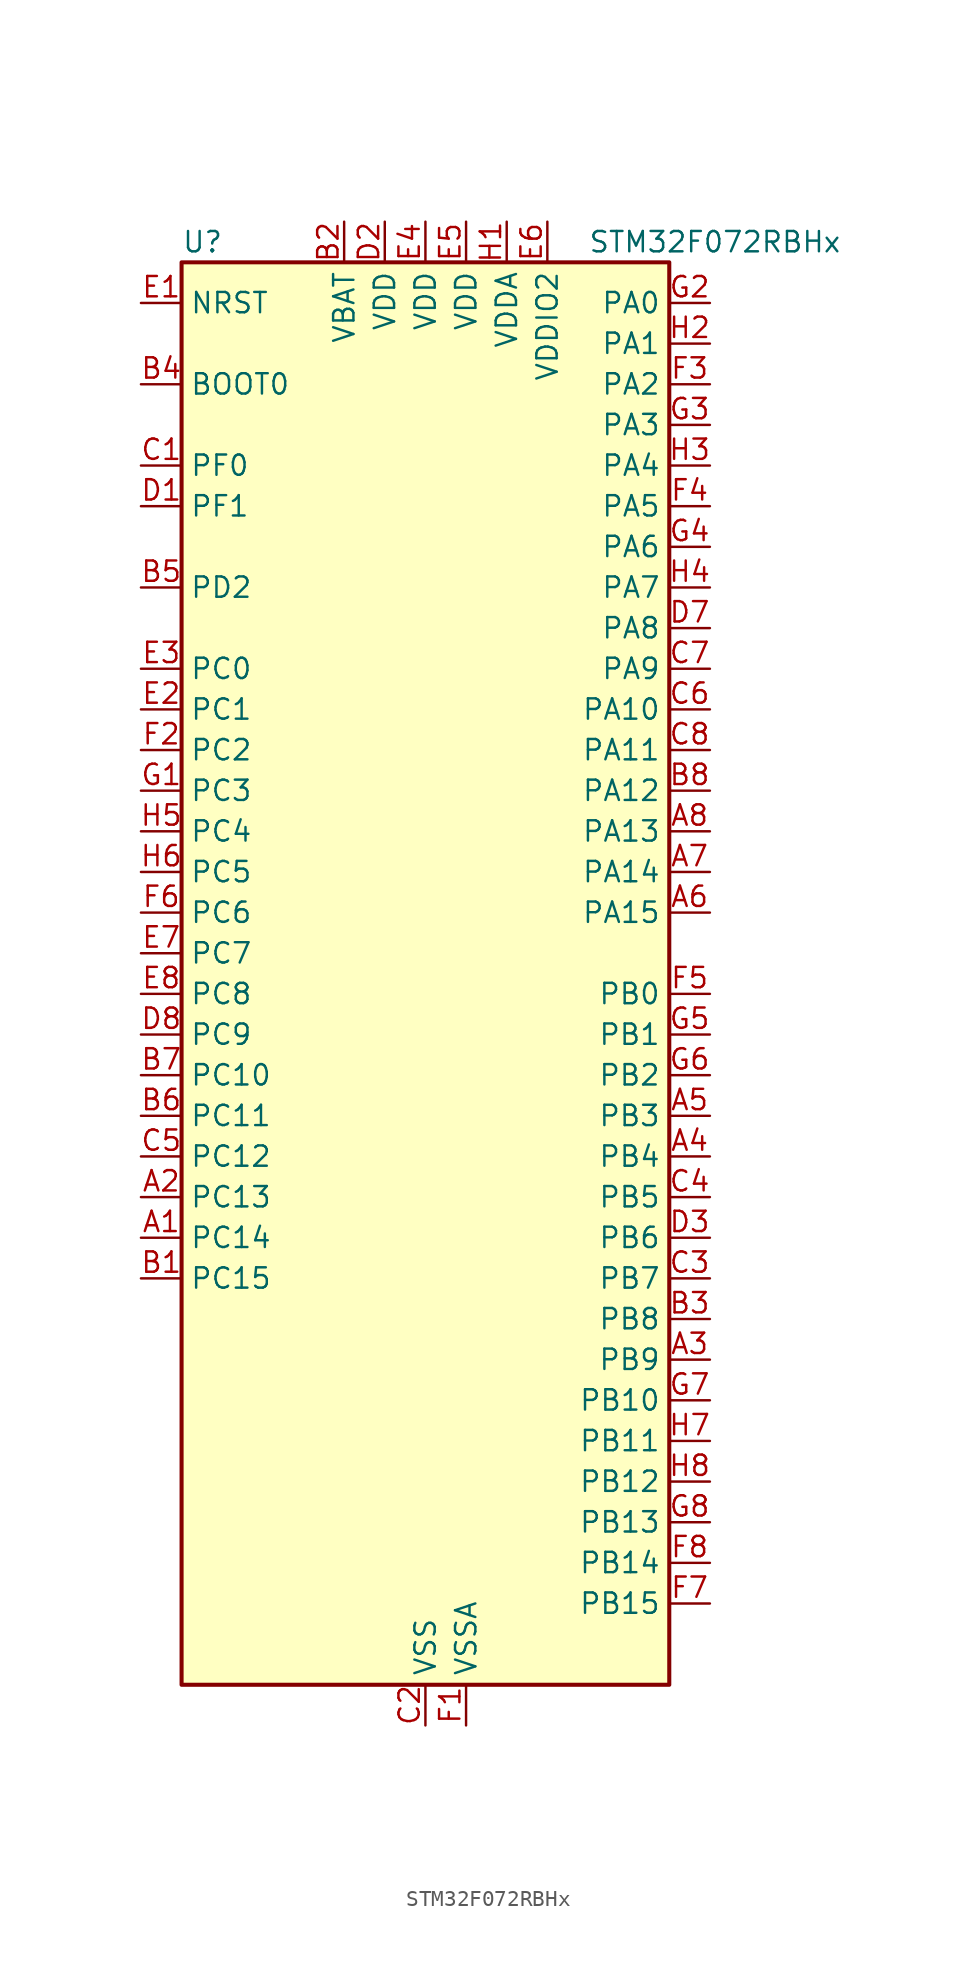
<source format=kicad_sym>
(kicad_symbol_lib
  (version 20220914)
  (generator kicad_symbol_editor)
  (symbol "STM32F072RBHx"
    (property "Reference" "U"
      (at -15.24 46.99 0)
      (effects (font (size 1.27 1.27)) (justify left)))
    (property "Value" "STM32F072RBHx"
      (at 10.16 46.99 0)
      (effects (font (size 1.27 1.27)) (justify left)))
    (property "ki_locked" ""
      (at 0 0 0)
      (effects (font (size 1.27 1.27))))
    (symbol "STM32F072RBHx_0_1"
      (rectangle (start -15.24 -43.18) (end 15.24 45.72) (stroke (width 0.254) (type default)) (fill (type background))))
    (symbol "STM32F072RBHx_1_1"
      (pin bidirectional line (at -17.78 -15.24 0) (length 2.54) (name "PC14" (effects (font (size 1.27 1.27)))) (number "A1" (effects (font (size 1.27 1.27)))) (alternate "RCC_OSC32_IN" bidirectional line))
      (pin bidirectional line (at -17.78 -12.7 0) (length 2.54) (name "PC13" (effects (font (size 1.27 1.27)))) (number "A2" (effects (font (size 1.27 1.27)))) (alternate "RTC_OUT_ALARM" bidirectional line) (alternate "RTC_OUT_CALIB" bidirectional line) (alternate "RTC_TAMP1" bidirectional line) (alternate "RTC_TS" bidirectional line) (alternate "SYS_WKUP2" bidirectional line))
      (pin bidirectional line (at 17.78 -22.86 180) (length 2.54) (name "PB9" (effects (font (size 1.27 1.27)))) (number "A3" (effects (font (size 1.27 1.27)))) (alternate "CAN_TX" bidirectional line) (alternate "DAC_EXTI9" bidirectional line) (alternate "I2C1_SDA" bidirectional line) (alternate "I2S2_WS" bidirectional line) (alternate "IR_OUT" bidirectional line) (alternate "SPI2_NSS" bidirectional line) (alternate "TIM17_CH1" bidirectional line))
      (pin bidirectional line (at 17.78 -10.16 180) (length 2.54) (name "PB4" (effects (font (size 1.27 1.27)))) (number "A4" (effects (font (size 1.27 1.27)))) (alternate "I2S1_MCK" bidirectional line) (alternate "SPI1_MISO" bidirectional line) (alternate "TIM17_BKIN" bidirectional line) (alternate "TIM3_CH1" bidirectional line) (alternate "TSC_G5_IO2" bidirectional line))
      (pin bidirectional line (at 17.78 -7.62 180) (length 2.54) (name "PB3" (effects (font (size 1.27 1.27)))) (number "A5" (effects (font (size 1.27 1.27)))) (alternate "I2S1_CK" bidirectional line) (alternate "SPI1_SCK" bidirectional line) (alternate "TIM2_CH2" bidirectional line) (alternate "TSC_G5_IO1" bidirectional line))
      (pin bidirectional line (at 17.78 5.08 180) (length 2.54) (name "PA15" (effects (font (size 1.27 1.27)))) (number "A6" (effects (font (size 1.27 1.27)))) (alternate "I2S1_WS" bidirectional line) (alternate "SPI1_NSS" bidirectional line) (alternate "TIM2_CH1" bidirectional line) (alternate "TIM2_ETR" bidirectional line) (alternate "USART2_RX" bidirectional line) (alternate "USART4_DE" bidirectional line) (alternate "USART4_RTS" bidirectional line))
      (pin bidirectional line (at 17.78 7.62 180) (length 2.54) (name "PA14" (effects (font (size 1.27 1.27)))) (number "A7" (effects (font (size 1.27 1.27)))) (alternate "SYS_SWCLK" bidirectional line) (alternate "USART2_TX" bidirectional line))
      (pin bidirectional line (at 17.78 10.16 180) (length 2.54) (name "PA13" (effects (font (size 1.27 1.27)))) (number "A8" (effects (font (size 1.27 1.27)))) (alternate "IR_OUT" bidirectional line) (alternate "SYS_SWDIO" bidirectional line) (alternate "USB_NOE" bidirectional line))
      (pin bidirectional line (at -17.78 -17.78 0) (length 2.54) (name "PC15" (effects (font (size 1.27 1.27)))) (number "B1" (effects (font (size 1.27 1.27)))) (alternate "RCC_OSC32_OUT" bidirectional line))
      (pin power_in line (at -5.08 48.26 270) (length 2.54) (name "VBAT" (effects (font (size 1.27 1.27)))) (number "B2" (effects (font (size 1.27 1.27)))))
      (pin bidirectional line (at 17.78 -20.32 180) (length 2.54) (name "PB8" (effects (font (size 1.27 1.27)))) (number "B3" (effects (font (size 1.27 1.27)))) (alternate "CAN_RX" bidirectional line) (alternate "CEC" bidirectional line) (alternate "I2C1_SCL" bidirectional line) (alternate "TIM16_CH1" bidirectional line) (alternate "TSC_SYNC" bidirectional line))
      (pin input line (at -17.78 38.1 0) (length 2.54) (name "BOOT0" (effects (font (size 1.27 1.27)))) (number "B4" (effects (font (size 1.27 1.27)))))
      (pin bidirectional line (at -17.78 25.4 0) (length 2.54) (name "PD2" (effects (font (size 1.27 1.27)))) (number "B5" (effects (font (size 1.27 1.27)))) (alternate "TIM3_ETR" bidirectional line) (alternate "USART3_DE" bidirectional line) (alternate "USART3_RTS" bidirectional line))
      (pin bidirectional line (at -17.78 -7.62 0) (length 2.54) (name "PC11" (effects (font (size 1.27 1.27)))) (number "B6" (effects (font (size 1.27 1.27)))) (alternate "USART3_RX" bidirectional line) (alternate "USART4_RX" bidirectional line))
      (pin bidirectional line (at -17.78 -5.08 0) (length 2.54) (name "PC10" (effects (font (size 1.27 1.27)))) (number "B7" (effects (font (size 1.27 1.27)))) (alternate "USART3_TX" bidirectional line) (alternate "USART4_TX" bidirectional line))
      (pin bidirectional line (at 17.78 12.7 180) (length 2.54) (name "PA12" (effects (font (size 1.27 1.27)))) (number "B8" (effects (font (size 1.27 1.27)))) (alternate "CAN_TX" bidirectional line) (alternate "COMP2_OUT" bidirectional line) (alternate "TIM1_ETR" bidirectional line) (alternate "TSC_G4_IO4" bidirectional line) (alternate "USART1_DE" bidirectional line) (alternate "USART1_RTS" bidirectional line) (alternate "USB_DP" bidirectional line))
      (pin bidirectional line (at -17.78 33.02 0) (length 2.54) (name "PF0" (effects (font (size 1.27 1.27)))) (number "C1" (effects (font (size 1.27 1.27)))) (alternate "CRS_SYNC" bidirectional line) (alternate "RCC_OSC_IN" bidirectional line))
      (pin power_in line (at 0 -45.72 90) (length 2.54) (name "VSS" (effects (font (size 1.27 1.27)))) (number "C2" (effects (font (size 1.27 1.27)))))
      (pin bidirectional line (at 17.78 -17.78 180) (length 2.54) (name "PB7" (effects (font (size 1.27 1.27)))) (number "C3" (effects (font (size 1.27 1.27)))) (alternate "I2C1_SDA" bidirectional line) (alternate "TIM17_CH1N" bidirectional line) (alternate "TSC_G5_IO4" bidirectional line) (alternate "USART1_RX" bidirectional line) (alternate "USART4_CTS" bidirectional line))
      (pin bidirectional line (at 17.78 -12.7 180) (length 2.54) (name "PB5" (effects (font (size 1.27 1.27)))) (number "C4" (effects (font (size 1.27 1.27)))) (alternate "I2C1_SMBA" bidirectional line) (alternate "I2S1_SD" bidirectional line) (alternate "SPI1_MOSI" bidirectional line) (alternate "SYS_WKUP6" bidirectional line) (alternate "TIM16_BKIN" bidirectional line) (alternate "TIM3_CH2" bidirectional line))
      (pin bidirectional line (at -17.78 -10.16 0) (length 2.54) (name "PC12" (effects (font (size 1.27 1.27)))) (number "C5" (effects (font (size 1.27 1.27)))) (alternate "USART3_CK" bidirectional line) (alternate "USART4_CK" bidirectional line))
      (pin bidirectional line (at 17.78 17.78 180) (length 2.54) (name "PA10" (effects (font (size 1.27 1.27)))) (number "C6" (effects (font (size 1.27 1.27)))) (alternate "TIM17_BKIN" bidirectional line) (alternate "TIM1_CH3" bidirectional line) (alternate "TSC_G4_IO2" bidirectional line) (alternate "USART1_RX" bidirectional line))
      (pin bidirectional line (at 17.78 20.32 180) (length 2.54) (name "PA9" (effects (font (size 1.27 1.27)))) (number "C7" (effects (font (size 1.27 1.27)))) (alternate "DAC_EXTI9" bidirectional line) (alternate "TIM15_BKIN" bidirectional line) (alternate "TIM1_CH2" bidirectional line) (alternate "TSC_G4_IO1" bidirectional line) (alternate "USART1_TX" bidirectional line))
      (pin bidirectional line (at 17.78 15.24 180) (length 2.54) (name "PA11" (effects (font (size 1.27 1.27)))) (number "C8" (effects (font (size 1.27 1.27)))) (alternate "CAN_RX" bidirectional line) (alternate "COMP1_OUT" bidirectional line) (alternate "TIM1_CH4" bidirectional line) (alternate "TSC_G4_IO3" bidirectional line) (alternate "USART1_CTS" bidirectional line) (alternate "USB_DM" bidirectional line))
      (pin bidirectional line (at -17.78 30.48 0) (length 2.54) (name "PF1" (effects (font (size 1.27 1.27)))) (number "D1" (effects (font (size 1.27 1.27)))) (alternate "RCC_OSC_OUT" bidirectional line))
      (pin power_in line (at -2.54 48.26 270) (length 2.54) (name "VDD" (effects (font (size 1.27 1.27)))) (number "D2" (effects (font (size 1.27 1.27)))))
      (pin bidirectional line (at 17.78 -15.24 180) (length 2.54) (name "PB6" (effects (font (size 1.27 1.27)))) (number "D3" (effects (font (size 1.27 1.27)))) (alternate "I2C1_SCL" bidirectional line) (alternate "TIM16_CH1N" bidirectional line) (alternate "TSC_G5_IO3" bidirectional line) (alternate "USART1_TX" bidirectional line))
      (pin passive line (at 0 -45.72 90) (length 2.54) hide (name "VSS" (effects (font (size 1.27 1.27)))) (number "D4" (effects (font (size 1.27 1.27)))))
      (pin passive line (at 0 -45.72 90) (length 2.54) hide (name "VSS" (effects (font (size 1.27 1.27)))) (number "D5" (effects (font (size 1.27 1.27)))))
      (pin passive line (at 0 -45.72 90) (length 2.54) hide (name "VSS" (effects (font (size 1.27 1.27)))) (number "D6" (effects (font (size 1.27 1.27)))))
      (pin bidirectional line (at 17.78 22.86 180) (length 2.54) (name "PA8" (effects (font (size 1.27 1.27)))) (number "D7" (effects (font (size 1.27 1.27)))) (alternate "CRS_SYNC" bidirectional line) (alternate "RCC_MCO" bidirectional line) (alternate "TIM1_CH1" bidirectional line) (alternate "USART1_CK" bidirectional line))
      (pin bidirectional line (at -17.78 -2.54 0) (length 2.54) (name "PC9" (effects (font (size 1.27 1.27)))) (number "D8" (effects (font (size 1.27 1.27)))) (alternate "DAC_EXTI9" bidirectional line) (alternate "TIM3_CH4" bidirectional line))
      (pin input line (at -17.78 43.18 0) (length 2.54) (name "NRST" (effects (font (size 1.27 1.27)))) (number "E1" (effects (font (size 1.27 1.27)))))
      (pin bidirectional line (at -17.78 17.78 0) (length 2.54) (name "PC1" (effects (font (size 1.27 1.27)))) (number "E2" (effects (font (size 1.27 1.27)))) (alternate "ADC_IN11" bidirectional line))
      (pin bidirectional line (at -17.78 20.32 0) (length 2.54) (name "PC0" (effects (font (size 1.27 1.27)))) (number "E3" (effects (font (size 1.27 1.27)))) (alternate "ADC_IN10" bidirectional line))
      (pin power_in line (at 0 48.26 270) (length 2.54) (name "VDD" (effects (font (size 1.27 1.27)))) (number "E4" (effects (font (size 1.27 1.27)))))
      (pin power_in line (at 2.54 48.26 270) (length 2.54) (name "VDD" (effects (font (size 1.27 1.27)))) (number "E5" (effects (font (size 1.27 1.27)))))
      (pin power_in line (at 7.62 48.26 270) (length 2.54) (name "VDDIO2" (effects (font (size 1.27 1.27)))) (number "E6" (effects (font (size 1.27 1.27)))))
      (pin bidirectional line (at -17.78 2.54 0) (length 2.54) (name "PC7" (effects (font (size 1.27 1.27)))) (number "E7" (effects (font (size 1.27 1.27)))) (alternate "TIM3_CH2" bidirectional line))
      (pin bidirectional line (at -17.78 0 0) (length 2.54) (name "PC8" (effects (font (size 1.27 1.27)))) (number "E8" (effects (font (size 1.27 1.27)))) (alternate "TIM3_CH3" bidirectional line))
      (pin power_in line (at 2.54 -45.72 90) (length 2.54) (name "VSSA" (effects (font (size 1.27 1.27)))) (number "F1" (effects (font (size 1.27 1.27)))))
      (pin bidirectional line (at -17.78 15.24 0) (length 2.54) (name "PC2" (effects (font (size 1.27 1.27)))) (number "F2" (effects (font (size 1.27 1.27)))) (alternate "ADC_IN12" bidirectional line) (alternate "I2S2_MCK" bidirectional line) (alternate "SPI2_MISO" bidirectional line))
      (pin bidirectional line (at 17.78 38.1 180) (length 2.54) (name "PA2" (effects (font (size 1.27 1.27)))) (number "F3" (effects (font (size 1.27 1.27)))) (alternate "ADC_IN2" bidirectional line) (alternate "COMP2_INM" bidirectional line) (alternate "COMP2_OUT" bidirectional line) (alternate "SYS_WKUP4" bidirectional line) (alternate "TIM15_CH1" bidirectional line) (alternate "TIM2_CH3" bidirectional line) (alternate "TSC_G1_IO3" bidirectional line) (alternate "USART2_TX" bidirectional line))
      (pin bidirectional line (at 17.78 30.48 180) (length 2.54) (name "PA5" (effects (font (size 1.27 1.27)))) (number "F4" (effects (font (size 1.27 1.27)))) (alternate "ADC_IN5" bidirectional line) (alternate "CEC" bidirectional line) (alternate "COMP1_INM" bidirectional line) (alternate "COMP2_INM" bidirectional line) (alternate "DAC_OUT2" bidirectional line) (alternate "I2S1_CK" bidirectional line) (alternate "SPI1_SCK" bidirectional line) (alternate "TIM2_CH1" bidirectional line) (alternate "TIM2_ETR" bidirectional line) (alternate "TSC_G2_IO2" bidirectional line))
      (pin bidirectional line (at 17.78 0 180) (length 2.54) (name "PB0" (effects (font (size 1.27 1.27)))) (number "F5" (effects (font (size 1.27 1.27)))) (alternate "ADC_IN8" bidirectional line) (alternate "TIM1_CH2N" bidirectional line) (alternate "TIM3_CH3" bidirectional line) (alternate "TSC_G3_IO2" bidirectional line) (alternate "USART3_CK" bidirectional line))
      (pin bidirectional line (at -17.78 5.08 0) (length 2.54) (name "PC6" (effects (font (size 1.27 1.27)))) (number "F6" (effects (font (size 1.27 1.27)))) (alternate "TIM3_CH1" bidirectional line))
      (pin bidirectional line (at 17.78 -38.1 180) (length 2.54) (name "PB15" (effects (font (size 1.27 1.27)))) (number "F7" (effects (font (size 1.27 1.27)))) (alternate "I2S2_SD" bidirectional line) (alternate "RTC_REFIN" bidirectional line) (alternate "SPI2_MOSI" bidirectional line) (alternate "SYS_WKUP7" bidirectional line) (alternate "TIM15_CH1N" bidirectional line) (alternate "TIM15_CH2" bidirectional line) (alternate "TIM1_CH3N" bidirectional line))
      (pin bidirectional line (at 17.78 -35.56 180) (length 2.54) (name "PB14" (effects (font (size 1.27 1.27)))) (number "F8" (effects (font (size 1.27 1.27)))) (alternate "I2C2_SDA" bidirectional line) (alternate "I2S2_MCK" bidirectional line) (alternate "SPI2_MISO" bidirectional line) (alternate "TIM15_CH1" bidirectional line) (alternate "TIM1_CH2N" bidirectional line) (alternate "TSC_G6_IO4" bidirectional line) (alternate "USART3_DE" bidirectional line) (alternate "USART3_RTS" bidirectional line))
      (pin bidirectional line (at -17.78 12.7 0) (length 2.54) (name "PC3" (effects (font (size 1.27 1.27)))) (number "G1" (effects (font (size 1.27 1.27)))) (alternate "ADC_IN13" bidirectional line) (alternate "I2S2_SD" bidirectional line) (alternate "SPI2_MOSI" bidirectional line))
      (pin bidirectional line (at 17.78 43.18 180) (length 2.54) (name "PA0" (effects (font (size 1.27 1.27)))) (number "G2" (effects (font (size 1.27 1.27)))) (alternate "ADC_IN0" bidirectional line) (alternate "COMP1_INM" bidirectional line) (alternate "COMP1_OUT" bidirectional line) (alternate "RTC_TAMP2" bidirectional line) (alternate "SYS_WKUP1" bidirectional line) (alternate "TIM2_CH1" bidirectional line) (alternate "TIM2_ETR" bidirectional line) (alternate "TSC_G1_IO1" bidirectional line) (alternate "USART2_CTS" bidirectional line) (alternate "USART4_TX" bidirectional line))
      (pin bidirectional line (at 17.78 35.56 180) (length 2.54) (name "PA3" (effects (font (size 1.27 1.27)))) (number "G3" (effects (font (size 1.27 1.27)))) (alternate "ADC_IN3" bidirectional line) (alternate "COMP2_INP" bidirectional line) (alternate "TIM15_CH2" bidirectional line) (alternate "TIM2_CH4" bidirectional line) (alternate "TSC_G1_IO4" bidirectional line) (alternate "USART2_RX" bidirectional line))
      (pin bidirectional line (at 17.78 27.94 180) (length 2.54) (name "PA6" (effects (font (size 1.27 1.27)))) (number "G4" (effects (font (size 1.27 1.27)))) (alternate "ADC_IN6" bidirectional line) (alternate "COMP1_OUT" bidirectional line) (alternate "I2S1_MCK" bidirectional line) (alternate "SPI1_MISO" bidirectional line) (alternate "TIM16_CH1" bidirectional line) (alternate "TIM1_BKIN" bidirectional line) (alternate "TIM3_CH1" bidirectional line) (alternate "TSC_G2_IO3" bidirectional line) (alternate "USART3_CTS" bidirectional line))
      (pin bidirectional line (at 17.78 -2.54 180) (length 2.54) (name "PB1" (effects (font (size 1.27 1.27)))) (number "G5" (effects (font (size 1.27 1.27)))) (alternate "ADC_IN9" bidirectional line) (alternate "TIM14_CH1" bidirectional line) (alternate "TIM1_CH3N" bidirectional line) (alternate "TIM3_CH4" bidirectional line) (alternate "TSC_G3_IO3" bidirectional line) (alternate "USART3_DE" bidirectional line) (alternate "USART3_RTS" bidirectional line))
      (pin bidirectional line (at 17.78 -5.08 180) (length 2.54) (name "PB2" (effects (font (size 1.27 1.27)))) (number "G6" (effects (font (size 1.27 1.27)))) (alternate "TSC_G3_IO4" bidirectional line))
      (pin bidirectional line (at 17.78 -25.4 180) (length 2.54) (name "PB10" (effects (font (size 1.27 1.27)))) (number "G7" (effects (font (size 1.27 1.27)))) (alternate "CEC" bidirectional line) (alternate "I2C2_SCL" bidirectional line) (alternate "I2S2_CK" bidirectional line) (alternate "SPI2_SCK" bidirectional line) (alternate "TIM2_CH3" bidirectional line) (alternate "TSC_SYNC" bidirectional line) (alternate "USART3_TX" bidirectional line))
      (pin bidirectional line (at 17.78 -33.02 180) (length 2.54) (name "PB13" (effects (font (size 1.27 1.27)))) (number "G8" (effects (font (size 1.27 1.27)))) (alternate "I2C2_SCL" bidirectional line) (alternate "I2S2_CK" bidirectional line) (alternate "SPI2_SCK" bidirectional line) (alternate "TIM1_CH1N" bidirectional line) (alternate "TSC_G6_IO3" bidirectional line) (alternate "USART3_CTS" bidirectional line))
      (pin power_in line (at 5.08 48.26 270) (length 2.54) (name "VDDA" (effects (font (size 1.27 1.27)))) (number "H1" (effects (font (size 1.27 1.27)))))
      (pin bidirectional line (at 17.78 40.64 180) (length 2.54) (name "PA1" (effects (font (size 1.27 1.27)))) (number "H2" (effects (font (size 1.27 1.27)))) (alternate "ADC_IN1" bidirectional line) (alternate "COMP1_INP" bidirectional line) (alternate "TIM15_CH1N" bidirectional line) (alternate "TIM2_CH2" bidirectional line) (alternate "TSC_G1_IO2" bidirectional line) (alternate "USART2_DE" bidirectional line) (alternate "USART2_RTS" bidirectional line) (alternate "USART4_RX" bidirectional line))
      (pin bidirectional line (at 17.78 33.02 180) (length 2.54) (name "PA4" (effects (font (size 1.27 1.27)))) (number "H3" (effects (font (size 1.27 1.27)))) (alternate "ADC_IN4" bidirectional line) (alternate "COMP1_INM" bidirectional line) (alternate "COMP2_INM" bidirectional line) (alternate "DAC_OUT1" bidirectional line) (alternate "I2S1_WS" bidirectional line) (alternate "SPI1_NSS" bidirectional line) (alternate "TIM14_CH1" bidirectional line) (alternate "TSC_G2_IO1" bidirectional line) (alternate "USART2_CK" bidirectional line))
      (pin bidirectional line (at 17.78 25.4 180) (length 2.54) (name "PA7" (effects (font (size 1.27 1.27)))) (number "H4" (effects (font (size 1.27 1.27)))) (alternate "ADC_IN7" bidirectional line) (alternate "COMP2_OUT" bidirectional line) (alternate "I2S1_SD" bidirectional line) (alternate "SPI1_MOSI" bidirectional line) (alternate "TIM14_CH1" bidirectional line) (alternate "TIM17_CH1" bidirectional line) (alternate "TIM1_CH1N" bidirectional line) (alternate "TIM3_CH2" bidirectional line) (alternate "TSC_G2_IO4" bidirectional line))
      (pin bidirectional line (at -17.78 10.16 0) (length 2.54) (name "PC4" (effects (font (size 1.27 1.27)))) (number "H5" (effects (font (size 1.27 1.27)))) (alternate "ADC_IN14" bidirectional line) (alternate "USART3_TX" bidirectional line))
      (pin bidirectional line (at -17.78 7.62 0) (length 2.54) (name "PC5" (effects (font (size 1.27 1.27)))) (number "H6" (effects (font (size 1.27 1.27)))) (alternate "ADC_IN15" bidirectional line) (alternate "SYS_WKUP5" bidirectional line) (alternate "TSC_G3_IO1" bidirectional line) (alternate "USART3_RX" bidirectional line))
      (pin bidirectional line (at 17.78 -27.94 180) (length 2.54) (name "PB11" (effects (font (size 1.27 1.27)))) (number "H7" (effects (font (size 1.27 1.27)))) (alternate "I2C2_SDA" bidirectional line) (alternate "TIM2_CH4" bidirectional line) (alternate "TSC_G6_IO1" bidirectional line) (alternate "USART3_RX" bidirectional line))
      (pin bidirectional line (at 17.78 -30.48 180) (length 2.54) (name "PB12" (effects (font (size 1.27 1.27)))) (number "H8" (effects (font (size 1.27 1.27)))) (alternate "I2S2_WS" bidirectional line) (alternate "SPI2_NSS" bidirectional line) (alternate "TIM15_BKIN" bidirectional line) (alternate "TIM1_BKIN" bidirectional line) (alternate "TSC_G6_IO2" bidirectional line) (alternate "USART3_CK" bidirectional line)))))
</source>
